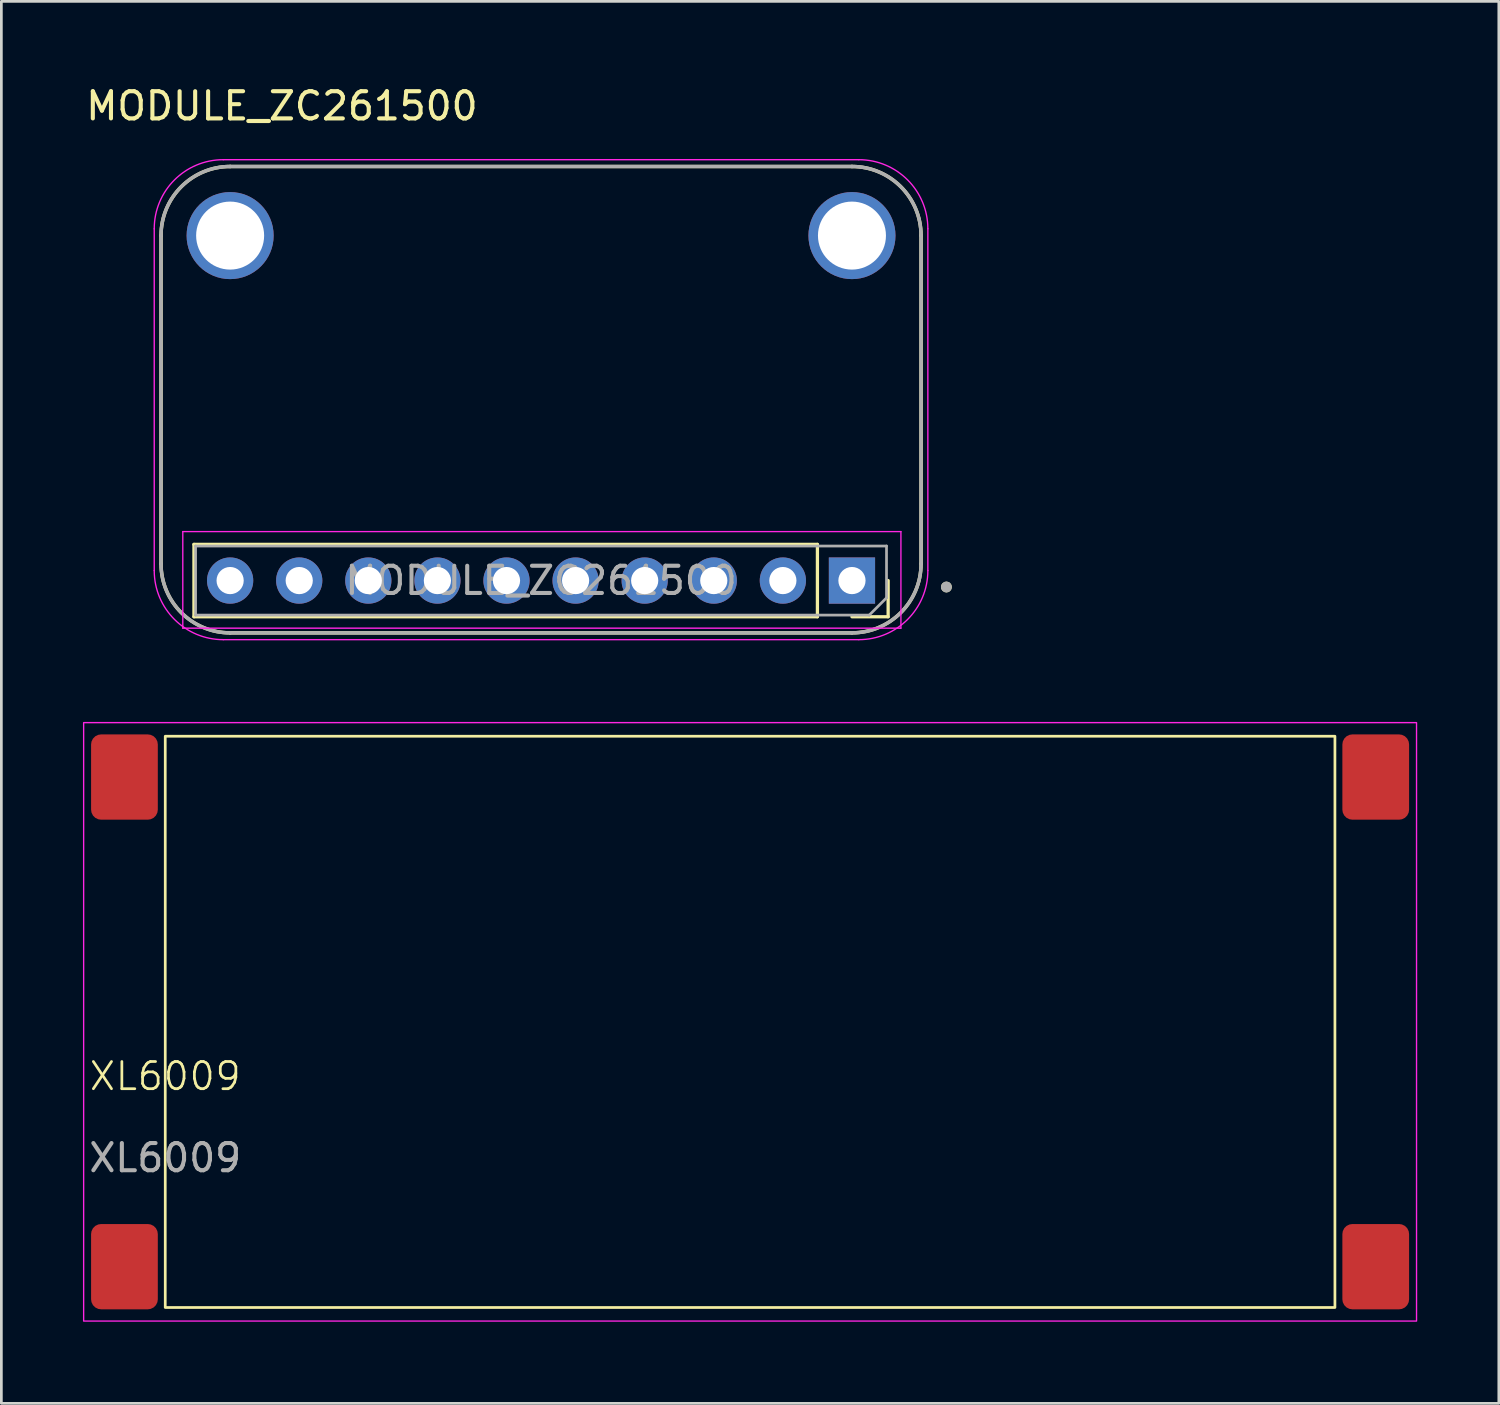
<source format=kicad_pcb>
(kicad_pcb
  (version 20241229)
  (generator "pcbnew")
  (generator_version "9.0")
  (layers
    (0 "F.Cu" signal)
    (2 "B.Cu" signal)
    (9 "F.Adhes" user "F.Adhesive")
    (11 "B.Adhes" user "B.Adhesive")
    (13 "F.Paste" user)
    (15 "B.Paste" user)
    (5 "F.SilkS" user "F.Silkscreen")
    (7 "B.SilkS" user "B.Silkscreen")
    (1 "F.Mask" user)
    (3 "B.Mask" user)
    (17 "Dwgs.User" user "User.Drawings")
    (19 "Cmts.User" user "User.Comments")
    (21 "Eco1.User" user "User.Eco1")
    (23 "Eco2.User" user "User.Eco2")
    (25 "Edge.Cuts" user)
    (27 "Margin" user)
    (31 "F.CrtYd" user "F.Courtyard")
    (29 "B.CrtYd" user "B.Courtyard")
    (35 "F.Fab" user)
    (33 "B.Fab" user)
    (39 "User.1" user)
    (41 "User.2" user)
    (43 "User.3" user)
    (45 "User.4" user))
  (footprint "MODULE_ZC261500"
    (layer "F.Cu")
    (at 16.84 11.643)
    (property "Reference" "MODULE_ZC261500" (at -9.525 -10.795 0) (layer "F.SilkS") (effects (font (size 1 1) (thickness 0.15))))
    (attr through_hole)
    (fp_line (start -13.97 6.032) (end -13.97 -6.032) (stroke (width 0.127) (type solid)) (layer "F.SilkS"))
    (fp_line (start -12.76 5.32) (end -12.76 7.98) (stroke (width 0.12) (type solid)) (layer "F.SilkS"))
    (fp_line (start -11.43 -8.572) (end 11.43 -8.572) (stroke (width 0.127) (type solid)) (layer "F.SilkS"))
    (fp_line (start 10.16 5.32) (end -12.76 5.32) (stroke (width 0.12) (type solid)) (layer "F.SilkS"))
    (fp_line (start 10.16 5.32) (end 10.16 7.98) (stroke (width 0.12) (type solid)) (layer "F.SilkS"))
    (fp_line (start 10.16 7.98) (end -12.76 7.98) (stroke (width 0.12) (type solid)) (layer "F.SilkS"))
    (fp_line (start 11.43 8.572) (end -11.43 8.572) (stroke (width 0.127) (type solid)) (layer "F.SilkS"))
    (fp_line (start 12.76 6.65) (end 12.76 7.98) (stroke (width 0.12) (type solid)) (layer "F.SilkS"))
    (fp_line (start 12.76 7.98) (end 11.43 7.98) (stroke (width 0.12) (type solid)) (layer "F.SilkS"))
    (fp_line (start 13.97 -6.032) (end 13.97 6.032) (stroke (width 0.127) (type solid)) (layer "F.SilkS"))
    (fp_arc (start -13.97 -6.0325) (mid -13.226051 -7.828551) (end -11.43 -8.5725) (stroke (width 0.127) (type solid)) (layer "F.SilkS"))
    (fp_arc (start -11.43 8.5725) (mid -13.226051 7.828551) (end -13.97 6.0325) (stroke (width 0.127) (type solid)) (layer "F.SilkS"))
    (fp_arc (start 11.43 -8.5725) (mid 13.226051 -7.828551) (end 13.97 -6.0325) (stroke (width 0.127) (type solid)) (layer "F.SilkS"))
    (fp_arc (start 13.97 6.0325) (mid 13.226051 7.828551) (end 11.43 8.5725) (stroke (width 0.127) (type solid)) (layer "F.SilkS"))
    (fp_circle (center 14.902 6.887) (end 15.002 6.887) (stroke (width 0.2) (type solid)) (fill no) (layer "F.SilkS"))
    (fp_line (start -14.22 6.282) (end -14.22 -6.282) (stroke (width 0.05) (type solid)) (layer "F.CrtYd"))
    (fp_line (start -13.17 4.85) (end 13.23 4.85) (stroke (width 0.05) (type solid)) (layer "F.CrtYd"))
    (fp_line (start -13.17 8.4) (end -13.17 4.85) (stroke (width 0.05) (type solid)) (layer "F.CrtYd"))
    (fp_line (start -11.68 -8.822) (end 11.68 -8.822) (stroke (width 0.05) (type solid)) (layer "F.CrtYd"))
    (fp_line (start 11.68 8.822) (end -11.68 8.822) (stroke (width 0.05) (type solid)) (layer "F.CrtYd"))
    (fp_line (start 13.23 4.85) (end 13.23 8.4) (stroke (width 0.05) (type solid)) (layer "F.CrtYd"))
    (fp_line (start 13.23 8.4) (end -13.17 8.4) (stroke (width 0.05) (type solid)) (layer "F.CrtYd"))
    (fp_line (start 14.22 -6.282) (end 14.22 6.282) (stroke (width 0.05) (type solid)) (layer "F.CrtYd"))
    (fp_arc (start -14.22 -6.2825) (mid -13.476051 -8.078551) (end -11.68 -8.8225) (stroke (width 0.05) (type solid)) (layer "F.CrtYd"))
    (fp_arc (start -11.68 8.8225) (mid -13.476051 8.078551) (end -14.22 6.2825) (stroke (width 0.05) (type solid)) (layer "F.CrtYd"))
    (fp_arc (start 11.68 -8.8225) (mid 13.476051 -8.078551) (end 14.22 -6.2825) (stroke (width 0.05) (type solid)) (layer "F.CrtYd"))
    (fp_arc (start 14.22 6.2825) (mid 13.476051 8.078551) (end 11.68 8.8225) (stroke (width 0.05) (type solid)) (layer "F.CrtYd"))
    (fp_line (start -13.97 6.032) (end -13.97 -6.032) (stroke (width 0.127) (type solid)) (layer "F.Fab"))
    (fp_line (start -12.7 5.38) (end 12.7 5.38) (stroke (width 0.1) (type solid)) (layer "F.Fab"))
    (fp_line (start -12.7 7.92) (end -12.7 5.38) (stroke (width 0.1) (type solid)) (layer "F.Fab"))
    (fp_line (start -11.43 -8.572) (end 11.43 -8.572) (stroke (width 0.127) (type solid)) (layer "F.Fab"))
    (fp_line (start 11.43 8.572) (end -11.43 8.572) (stroke (width 0.127) (type solid)) (layer "F.Fab"))
    (fp_line (start 12.065 7.92) (end -12.7 7.92) (stroke (width 0.1) (type solid)) (layer "F.Fab"))
    (fp_line (start 12.7 5.38) (end 12.7 7.285) (stroke (width 0.1) (type solid)) (layer "F.Fab"))
    (fp_line (start 12.7 7.285) (end 12.065 7.92) (stroke (width 0.1) (type solid)) (layer "F.Fab"))
    (fp_line (start 13.97 -6.032) (end 13.97 6.032) (stroke (width 0.127) (type solid)) (layer "F.Fab"))
    (fp_arc (start -13.97 -6.0325) (mid -13.226051 -7.828551) (end -11.43 -8.5725) (stroke (width 0.127) (type solid)) (layer "F.Fab"))
    (fp_arc (start -11.43 8.5725) (mid -13.226051 7.828551) (end -13.97 6.0325) (stroke (width 0.127) (type solid)) (layer "F.Fab"))
    (fp_arc (start 11.43 -8.5725) (mid 13.226051 -7.828551) (end 13.97 -6.0325) (stroke (width 0.127) (type solid)) (layer "F.Fab"))
    (fp_arc (start 13.97 6.0325) (mid 13.226051 7.828551) (end 11.43 8.5725) (stroke (width 0.127) (type solid)) (layer "F.Fab"))
    (fp_circle (center 14.902 6.887) (end 15.002 6.887) (stroke (width 0.2) (type solid)) (fill no) (layer "F.Fab"))
    (fp_text user "${REFERENCE}" (at 0 6.65 0) (layer "F.Fab") (effects (font (size 1 1) (thickness 0.15))))
    (pad "" thru_hole circle (at -11.43 -6.032) (size 3.2 3.2) (drill 2.5) (layers "*.Cu" "*.Mask"))
    (pad "" thru_hole circle (at 11.43 -6.032) (size 3.2 3.2) (drill 2.5) (layers "*.Cu" "*.Mask"))
    (pad "1" thru_hole rect (at 11.43 6.65 270) (size 1.7 1.7) (drill 1) (layers "*.Cu" "*.Mask"))
    (pad "2" thru_hole circle (at 8.89 6.65 270) (size 1.7 1.7) (drill 1) (layers "*.Cu" "*.Mask"))
    (pad "3" thru_hole circle (at 6.35 6.65 270) (size 1.7 1.7) (drill 1) (layers "*.Cu" "*.Mask"))
    (pad "4" thru_hole circle (at 3.81 6.65 270) (size 1.7 1.7) (drill 1) (layers "*.Cu" "*.Mask"))
    (pad "5" thru_hole circle (at 1.27 6.65 270) (size 1.7 1.7) (drill 1) (layers "*.Cu" "*.Mask"))
    (pad "6" thru_hole circle (at -1.27 6.65 270) (size 1.7 1.7) (drill 1) (layers "*.Cu" "*.Mask"))
    (pad "7" thru_hole circle (at -3.81 6.65 270) (size 1.7 1.7) (drill 1) (layers "*.Cu" "*.Mask"))
    (pad "8" thru_hole circle (at -6.35 6.65 270) (size 1.7 1.7) (drill 1) (layers "*.Cu" "*.Mask"))
    (pad "9" thru_hole circle (at -8.89 6.65 270) (size 1.7 1.7) (drill 1) (layers "*.Cu" "*.Mask"))
    (pad "10" thru_hole circle (at -11.43 6.65 270) (size 1.7 1.7) (drill 1) (layers "*.Cu" "*.Mask")))
  (footprint "XL6009"
    (layer "F.Cu")
    (at 3.025 37.016)
    (property "Reference" "XL6009" (at 0 -0.5 0) (unlocked yes) (layer "F.SilkS") (effects (font (size 1 1) (thickness 0.1))))
    (attr smd)
    (fp_rect (start 0 -13) (end 43 8) (stroke (width 0.1) (type default)) (fill no) (layer "F.SilkS"))
    (fp_rect (start -3 -13.5) (end 46 8.5) (stroke (width 0.05) (type default)) (fill no) (layer "F.CrtYd"))
    (fp_text user "${REFERENCE}" (at 0 2.5 0) (unlocked yes) (layer "F.Fab") (effects (font (size 1 1) (thickness 0.15))))
    (pad "1" smd roundrect (at -1.5 -11.5) (size 2.453 3.135) (layers "F.Cu" "F.Mask" "F.Paste") (roundrect_rratio 0.15))
    (pad "2" smd roundrect (at -1.5 6.5) (size 2.453 3.135) (layers "F.Cu" "F.Mask" "F.Paste") (roundrect_rratio 0.15))
    (pad "3" smd roundrect (at 44.5 -11.5 180) (size 2.453 3.135) (layers "F.Cu" "F.Mask" "F.Paste") (roundrect_rratio 0.15))
    (pad "4" smd roundrect (at 44.5 6.5 180) (size 2.453 3.135) (layers "F.Cu" "F.Mask" "F.Paste") (roundrect_rratio 0.15)))
  (gr_rect
    (start -3 -3)
    (end 52.05 48.541)
    (stroke (width 0.1) (type default))
    (fill no)
    (layer "Edge.Cuts")))
</source>
